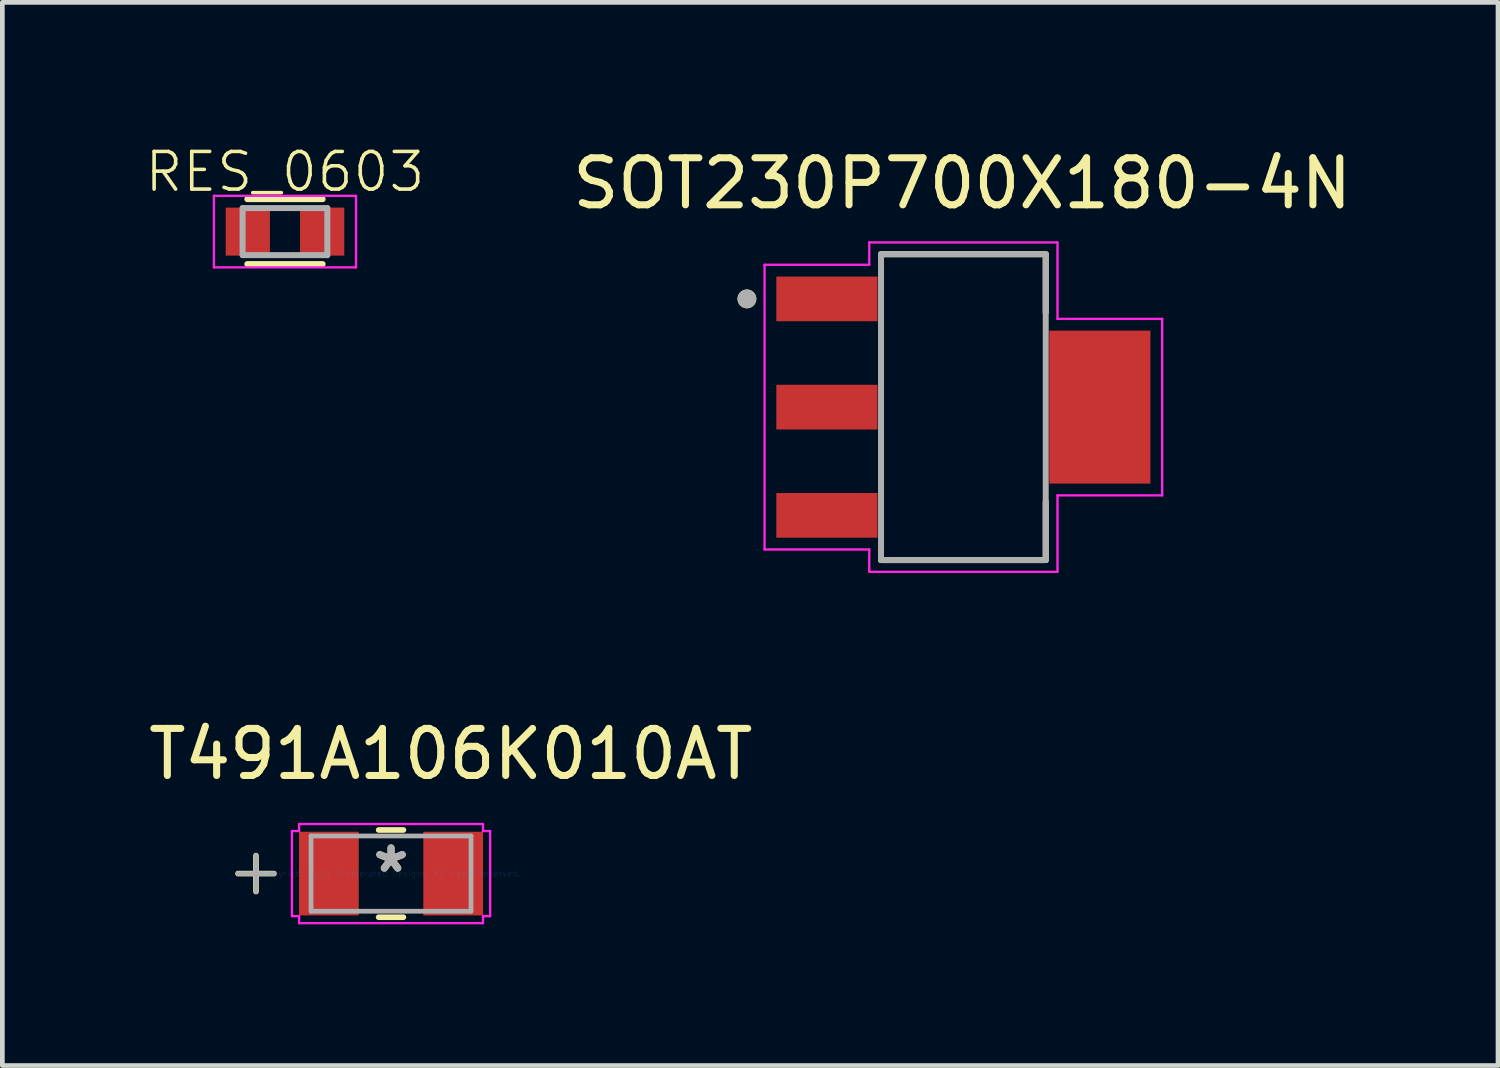
<source format=kicad_pcb>
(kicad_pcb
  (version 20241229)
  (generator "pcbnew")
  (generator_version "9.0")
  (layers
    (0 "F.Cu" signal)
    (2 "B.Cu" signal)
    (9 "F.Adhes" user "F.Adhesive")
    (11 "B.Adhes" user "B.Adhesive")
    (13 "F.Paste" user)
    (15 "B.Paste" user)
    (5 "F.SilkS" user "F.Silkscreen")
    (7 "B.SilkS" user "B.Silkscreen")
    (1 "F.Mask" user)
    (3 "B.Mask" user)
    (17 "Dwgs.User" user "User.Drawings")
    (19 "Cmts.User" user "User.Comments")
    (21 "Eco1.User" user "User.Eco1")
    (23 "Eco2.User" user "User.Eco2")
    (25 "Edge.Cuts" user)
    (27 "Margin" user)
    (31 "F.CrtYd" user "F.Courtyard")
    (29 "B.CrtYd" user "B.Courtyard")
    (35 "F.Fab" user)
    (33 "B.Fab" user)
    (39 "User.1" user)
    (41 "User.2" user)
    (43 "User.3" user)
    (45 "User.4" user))
  (footprint "SOT230P700X180-4N"
    (layer "F.Cu")
    (at 17.423 5.602)
    (property "Reference" "SOT230P700X180-4N" (at -0.025 -4.754 0) (layer "F.SilkS") (effects (font (size 1 1) (thickness 0.15))))
    (attr through_hole)
    (fp_line (start -1.75 -3.25) (end 1.75 -3.25) (stroke (width 0.127) (type solid)) (layer "F.SilkS"))
    (fp_line (start -1.75 3.25) (end 1.75 3.25) (stroke (width 0.127) (type solid)) (layer "F.SilkS"))
    (fp_line (start 1.75 -3.25) (end 1.75 -2.01) (stroke (width 0.127) (type solid)) (layer "F.SilkS"))
    (fp_line (start 1.75 3.25) (end 1.75 2.01) (stroke (width 0.127) (type solid)) (layer "F.SilkS"))
    (fp_circle (center -4.6 -2.3) (end -4.5 -2.3) (stroke (width 0.2) (type solid)) (fill no) (layer "F.SilkS"))
    (fp_line (start -4.225 -3.025) (end -4.225 3.025) (stroke (width 0.05) (type solid)) (layer "F.CrtYd"))
    (fp_line (start -4.225 3.025) (end -2 3.025) (stroke (width 0.05) (type solid)) (layer "F.CrtYd"))
    (fp_line (start -2 -3.5) (end -2 -3.025) (stroke (width 0.05) (type solid)) (layer "F.CrtYd"))
    (fp_line (start -2 -3.025) (end -4.225 -3.025) (stroke (width 0.05) (type solid)) (layer "F.CrtYd"))
    (fp_line (start -2 3.025) (end -2 3.5) (stroke (width 0.05) (type solid)) (layer "F.CrtYd"))
    (fp_line (start -2 3.5) (end 2 3.5) (stroke (width 0.05) (type solid)) (layer "F.CrtYd"))
    (fp_line (start 2 -3.5) (end -2 -3.5) (stroke (width 0.05) (type solid)) (layer "F.CrtYd"))
    (fp_line (start 2 -1.875) (end 2 -3.5) (stroke (width 0.05) (type solid)) (layer "F.CrtYd"))
    (fp_line (start 2 1.875) (end 4.225 1.875) (stroke (width 0.05) (type solid)) (layer "F.CrtYd"))
    (fp_line (start 2 3.5) (end 2 1.875) (stroke (width 0.05) (type solid)) (layer "F.CrtYd"))
    (fp_line (start 4.225 -1.875) (end 2 -1.875) (stroke (width 0.05) (type solid)) (layer "F.CrtYd"))
    (fp_line (start 4.225 1.875) (end 4.225 -1.875) (stroke (width 0.05) (type solid)) (layer "F.CrtYd"))
    (fp_line (start -1.75 -3.25) (end -1.75 3.25) (stroke (width 0.127) (type solid)) (layer "F.Fab"))
    (fp_line (start 1.75 -3.25) (end -1.75 -3.25) (stroke (width 0.127) (type solid)) (layer "F.Fab"))
    (fp_line (start 1.75 -3.25) (end 1.75 3.25) (stroke (width 0.127) (type solid)) (layer "F.Fab"))
    (fp_line (start 1.75 3.25) (end -1.75 3.25) (stroke (width 0.127) (type solid)) (layer "F.Fab"))
    (fp_circle (center -4.6 -2.3) (end -4.5 -2.3) (stroke (width 0.2) (type solid)) (fill no) (layer "F.Fab"))
    (pad "1" smd rect (at -2.9 -2.3) (size 2.15 0.95) (layers "F.Cu" "F.Mask" "F.Paste"))
    (pad "2" smd rect (at -2.9 0) (size 2.15 0.95) (layers "F.Cu" "F.Mask" "F.Paste"))
    (pad "2" smd rect (at 2.9 0) (size 2.15 3.25) (layers "F.Cu" "F.Mask" "F.Paste"))
    (pad "3" smd rect (at -2.9 2.3) (size 2.15 0.95) (layers "F.Cu" "F.Mask" "F.Paste")))
  (footprint "T491A106K010AT"
    (layer "F.Cu")
    (at 5.26 15.515)
    (property "Reference" "T491A106K010AT" (at 1.27 -2.54 0) (layer "F.SilkS") (effects (font (size 1 1) (thickness 0.15))))
    (attr through_hole)
    (fp_line (start -2.87 -0.381) (end -2.87 0.381) (stroke (width 0.12) (type solid)) (layer "F.SilkS"))
    (fp_line (start -2.489 0) (end -3.251 0) (stroke (width 0.12) (type solid)) (layer "F.SilkS"))
    (fp_line (start -0.263 0.927) (end 0.263 0.927) (stroke (width 0.12) (type solid)) (layer "F.SilkS"))
    (fp_line (start 0.263 -0.927) (end -0.263 -0.927) (stroke (width 0.12) (type solid)) (layer "F.SilkS"))
    (fp_line (start -2.106 -0.904) (end -1.954 -0.904) (stroke (width 0.05) (type solid)) (layer "F.CrtYd"))
    (fp_line (start -2.106 0.904) (end -2.106 -0.904) (stroke (width 0.05) (type solid)) (layer "F.CrtYd"))
    (fp_line (start -1.954 -1.054) (end 1.954 -1.054) (stroke (width 0.05) (type solid)) (layer "F.CrtYd"))
    (fp_line (start -1.954 -0.904) (end -1.954 -1.054) (stroke (width 0.05) (type solid)) (layer "F.CrtYd"))
    (fp_line (start -1.954 0.904) (end -2.106 0.904) (stroke (width 0.05) (type solid)) (layer "F.CrtYd"))
    (fp_line (start -1.954 1.054) (end -1.954 0.904) (stroke (width 0.05) (type solid)) (layer "F.CrtYd"))
    (fp_line (start 1.954 -1.054) (end 1.954 -0.904) (stroke (width 0.05) (type solid)) (layer "F.CrtYd"))
    (fp_line (start 1.954 -0.904) (end 2.106 -0.904) (stroke (width 0.05) (type solid)) (layer "F.CrtYd"))
    (fp_line (start 1.954 0.904) (end 1.954 1.054) (stroke (width 0.05) (type solid)) (layer "F.CrtYd"))
    (fp_line (start 1.954 1.054) (end -1.954 1.054) (stroke (width 0.05) (type solid)) (layer "F.CrtYd"))
    (fp_line (start 2.106 -0.904) (end 2.106 0.904) (stroke (width 0.05) (type solid)) (layer "F.CrtYd"))
    (fp_line (start 2.106 0.904) (end 1.954 0.904) (stroke (width 0.05) (type solid)) (layer "F.CrtYd"))
    (fp_line (start -2.87 -0.381) (end -2.87 0.381) (stroke (width 0.1) (type solid)) (layer "F.Fab"))
    (fp_line (start -2.489 0) (end -3.251 0) (stroke (width 0.1) (type solid)) (layer "F.Fab"))
    (fp_line (start -1.7 -0.8) (end -1.7 0.8) (stroke (width 0.1) (type solid)) (layer "F.Fab"))
    (fp_line (start -1.7 0.8) (end 1.7 0.8) (stroke (width 0.1) (type solid)) (layer "F.Fab"))
    (fp_line (start 1.7 -0.8) (end -1.7 -0.8) (stroke (width 0.1) (type solid)) (layer "F.Fab"))
    (fp_line (start 1.7 0.8) (end 1.7 -0.8) (stroke (width 0.1) (type solid)) (layer "F.Fab"))
    (fp_text user "*" (at 0 0 0) (layer "F.SilkS") (effects (font (size 1 1) (thickness 0.15))))
    (fp_text user "Copyright 2021 Accelerated Designs. All rights reserved." (at 0 0 0) (layer "Cmts.User") (effects (font (size 0.127 0.127) (thickness 0.002))))
    (fp_text user "*" (at 0 0 0) (layer "F.Fab") (effects (font (size 1 1) (thickness 0.15))))
    (pad "1" smd rect (at -1.321 0 90) (size 1.778 1.27) (layers "F.Cu" "F.Mask" "F.Paste"))
    (pad "2" smd rect (at 1.321 0 90) (size 1.778 1.27) (layers "F.Cu" "F.Mask" "F.Paste")))
  (footprint "RES_0603"
    (layer "F.Cu")
    (at 3.006 1.872)
    (property "Reference" "RES_0603" (at 0 -1.27 0) (layer "F.SilkS") (effects (font (size 0.8 0.8) (thickness 0.076))))
    (attr through_hole)
    (fp_line (start -0.8 -0.69) (end 0.8 -0.69) (stroke (width 0.127) (type solid)) (layer "F.SilkS"))
    (fp_line (start -0.8 0.69) (end 0.8 0.69) (stroke (width 0.127) (type solid)) (layer "F.SilkS"))
    (fp_line (start -1.51 -0.76) (end 1.51 -0.76) (stroke (width 0.05) (type solid)) (layer "F.CrtYd"))
    (fp_line (start -1.51 0.76) (end -1.51 -0.76) (stroke (width 0.05) (type solid)) (layer "F.CrtYd"))
    (fp_line (start 1.51 -0.76) (end 1.51 0.76) (stroke (width 0.05) (type solid)) (layer "F.CrtYd"))
    (fp_line (start 1.51 0.76) (end -1.51 0.76) (stroke (width 0.05) (type solid)) (layer "F.CrtYd"))
    (fp_line (start -0.9 -0.5) (end -0.9 0.5) (stroke (width 0.127) (type solid)) (layer "F.Fab"))
    (fp_line (start -0.9 -0.5) (end 0.9 -0.5) (stroke (width 0.127) (type solid)) (layer "F.Fab"))
    (fp_line (start -0.9 0.5) (end 0.9 0.5) (stroke (width 0.127) (type solid)) (layer "F.Fab"))
    (fp_line (start 0.9 -0.5) (end 0.9 0.5) (stroke (width 0.127) (type solid)) (layer "F.Fab"))
    (pad "1" smd rect (at -0.79 0) (size 0.94 1.02) (layers "F.Cu" "F.Mask" "F.Paste"))
    (pad "2" smd rect (at 0.79 0) (size 0.94 1.02) (layers "F.Cu" "F.Mask" "F.Paste")))
  (gr_rect
    (start -3 -3)
    (end 28.785 19.594)
    (stroke (width 0.1) (type default))
    (fill no)
    (layer "Edge.Cuts")))
</source>
